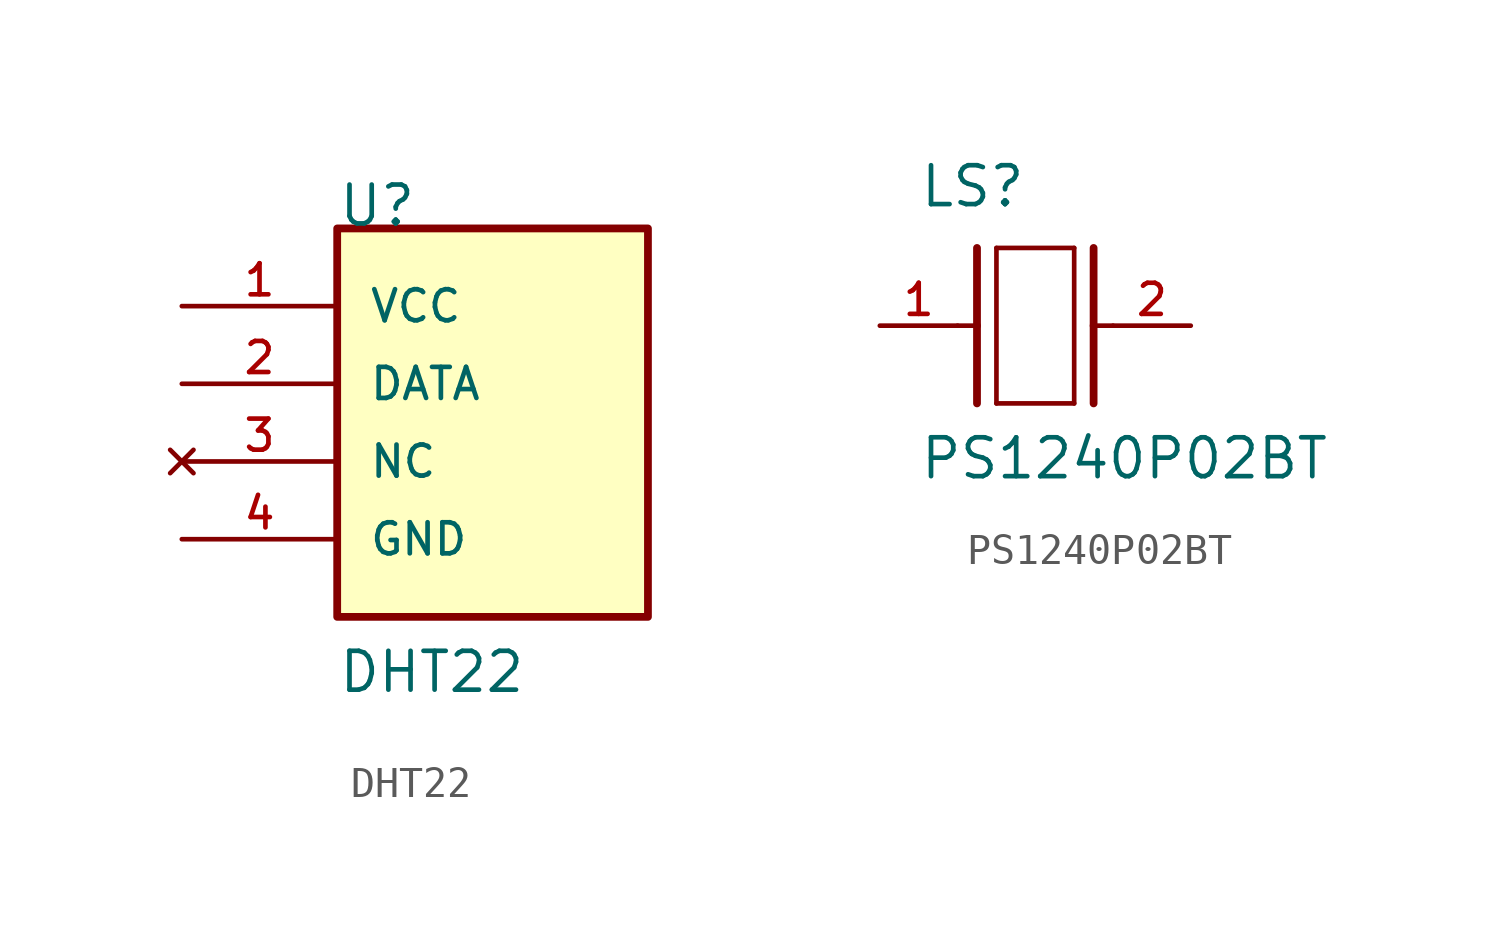
<source format=kicad_sym>
(kicad_symbol_lib
  (version 20211014)
  (generator kicad_symbol_editor)
  (symbol "DHT22"
    (pin_names
      (offset 1.016))
    (property "Reference" "U"
      (at 0 5.081 0)
      (effects (font (size 1.27 1.27)) (justify left bottom)))
    (property "Value" "DHT22"
      (at 0 -10.163 0)
      (effects (font (size 1.27 1.27)) (justify left bottom)))
    (symbol "DHT22_0_0"
      (rectangle (start 0 -7.62) (end 10.16 5.08) (stroke (width 0.254) (type default) (color 0 0 0 0)) (fill (type background)))
      (pin power_in line (at -5.08 2.54 0) (length 5.08) (name "VCC" (effects (font (size 1.016 1.016)))) (number "1" (effects (font (size 1.016 1.016)))))
      (pin bidirectional line (at -5.08 0 0) (length 5.08) (name "DATA" (effects (font (size 1.016 1.016)))) (number "2" (effects (font (size 1.016 1.016)))))
      (pin no_connect line (at -5.08 -2.54 0) (length 5.08) (name "NC" (effects (font (size 1.016 1.016)))) (number "3" (effects (font (size 1.016 1.016)))))
      (pin power_in line (at -5.08 -5.08 0) (length 5.08) (name "GND" (effects (font (size 1.016 1.016)))) (number "4" (effects (font (size 1.016 1.016)))))))
  (symbol "PS1240P02BT"
    (pin_names
      (offset 1.016))
    (property "Reference" "LS"
      (at -3.81 3.81 0)
      (effects (font (size 1.27 1.27)) (justify left bottom)))
    (property "Value" "PS1240P02BT"
      (at -3.81 -5.08 0)
      (effects (font (size 1.27 1.27)) (justify left bottom)))
    (symbol "PS1240P02BT_0_0"
      (polyline (pts (xy -2.54 0) (xy -1.905 0)) (stroke (width 0.152) (type default) (color 0 0 0 0)) (fill (type none)))
      (polyline (pts (xy -1.905 -2.54) (xy -1.905 0)) (stroke (width 0.254) (type default) (color 0 0 0 0)) (fill (type none)))
      (polyline (pts (xy -1.905 0) (xy -1.905 2.54)) (stroke (width 0.254) (type default) (color 0 0 0 0)) (fill (type none)))
      (polyline (pts (xy -1.27 -2.54) (xy 1.27 -2.54)) (stroke (width 0.152) (type default) (color 0 0 0 0)) (fill (type none)))
      (polyline (pts (xy -1.27 2.54) (xy -1.27 -2.54)) (stroke (width 0.152) (type default) (color 0 0 0 0)) (fill (type none)))
      (polyline (pts (xy 1.27 -2.54) (xy 1.27 2.54)) (stroke (width 0.152) (type default) (color 0 0 0 0)) (fill (type none)))
      (polyline (pts (xy 1.27 2.54) (xy -1.27 2.54)) (stroke (width 0.152) (type default) (color 0 0 0 0)) (fill (type none)))
      (polyline (pts (xy 1.905 0) (xy 1.905 -2.54)) (stroke (width 0.254) (type default) (color 0 0 0 0)) (fill (type none)))
      (polyline (pts (xy 1.905 0) (xy 2.54 0)) (stroke (width 0.152) (type default) (color 0 0 0 0)) (fill (type none)))
      (polyline (pts (xy 1.905 2.54) (xy 1.905 0)) (stroke (width 0.254) (type default) (color 0 0 0 0)) (fill (type none)))
      (pin passive line (at -5.08 0 0) (length 2.54) (name "~" (effects (font (size 1.016 1.016)))) (number "1" (effects (font (size 1.016 1.016)))))
      (pin passive line (at 5.08 0 180) (length 2.54) (name "~" (effects (font (size 1.016 1.016)))) (number "2" (effects (font (size 1.016 1.016))))))))
</source>
